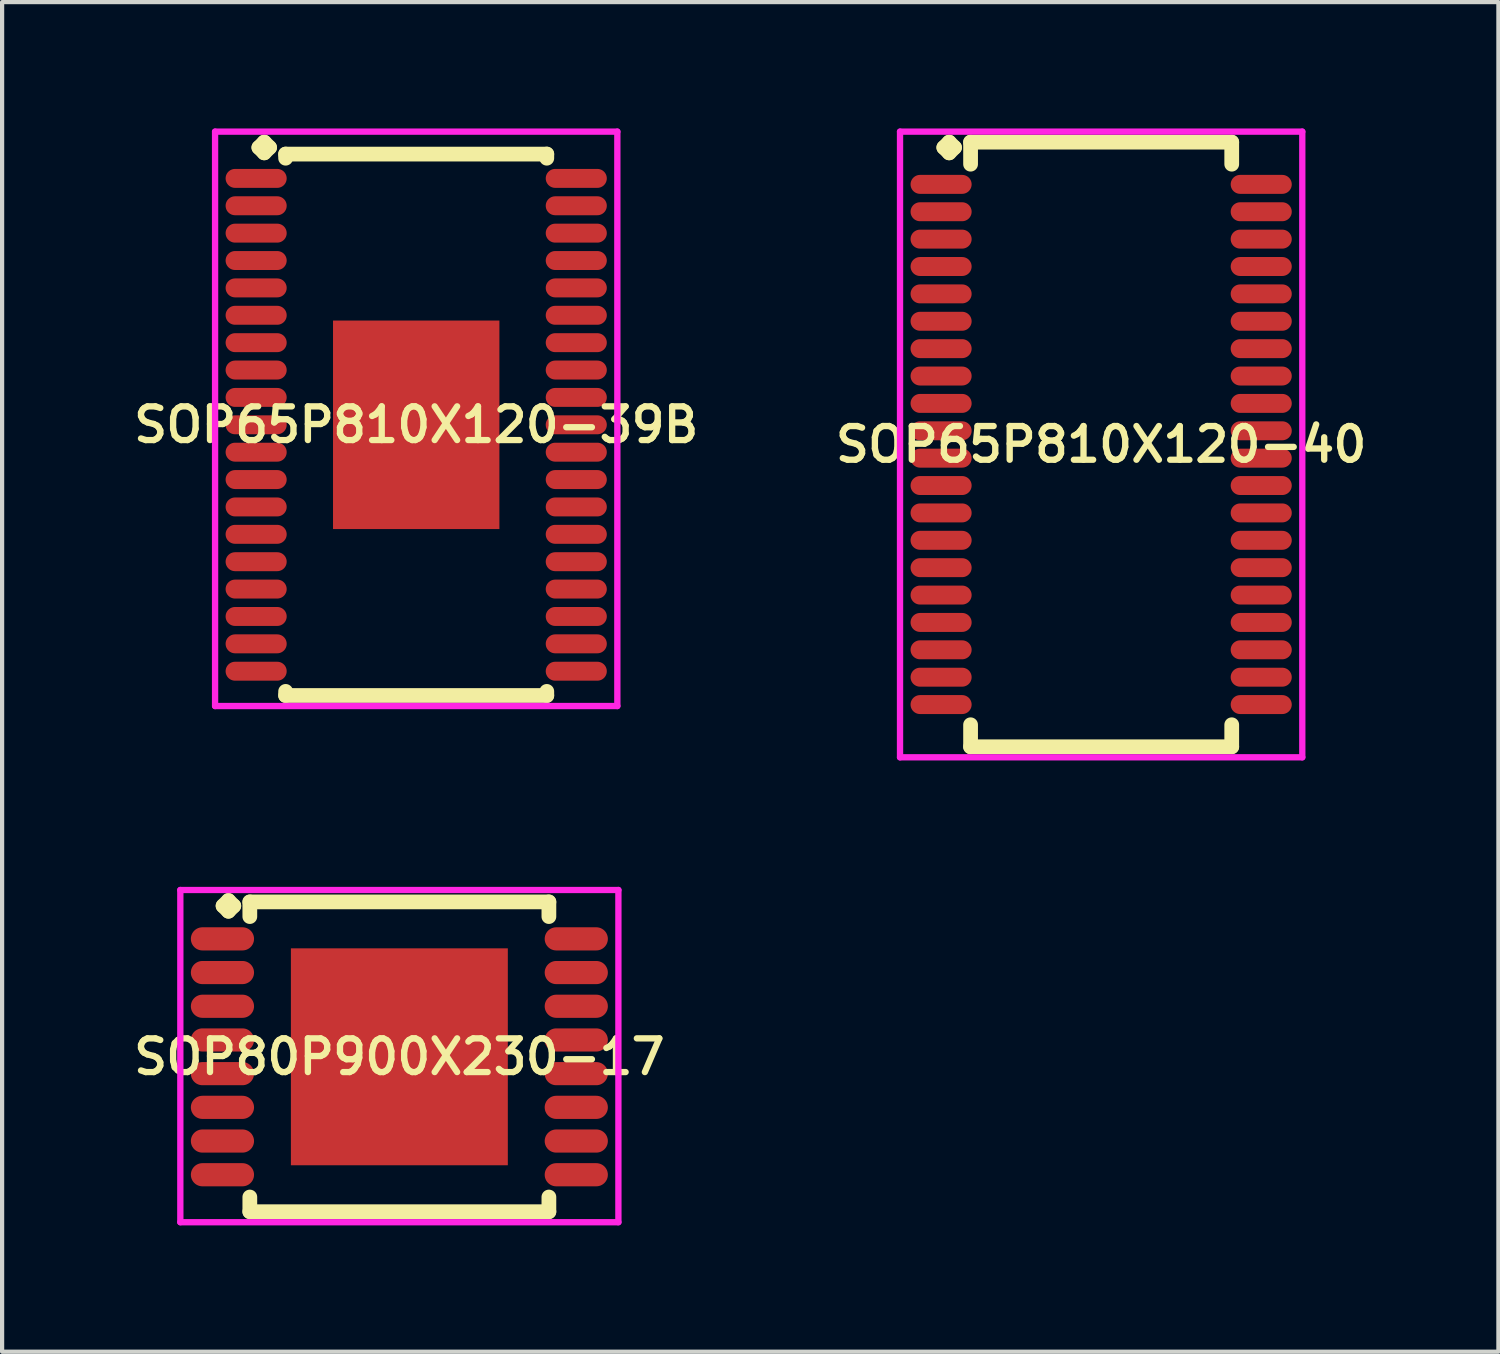
<source format=kicad_pcb>
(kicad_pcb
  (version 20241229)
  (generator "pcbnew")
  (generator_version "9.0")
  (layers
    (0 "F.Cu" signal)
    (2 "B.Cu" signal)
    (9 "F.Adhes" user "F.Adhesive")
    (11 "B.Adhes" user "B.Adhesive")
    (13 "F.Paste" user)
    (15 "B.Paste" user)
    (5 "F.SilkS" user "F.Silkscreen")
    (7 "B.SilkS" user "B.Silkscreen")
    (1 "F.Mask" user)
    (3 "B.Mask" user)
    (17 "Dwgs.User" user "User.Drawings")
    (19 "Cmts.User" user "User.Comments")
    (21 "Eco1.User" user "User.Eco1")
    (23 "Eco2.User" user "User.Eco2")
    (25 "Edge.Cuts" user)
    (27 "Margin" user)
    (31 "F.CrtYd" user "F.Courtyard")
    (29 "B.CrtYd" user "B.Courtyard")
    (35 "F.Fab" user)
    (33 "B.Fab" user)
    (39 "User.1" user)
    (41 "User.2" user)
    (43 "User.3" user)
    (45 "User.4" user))
  (footprint "SOP80P900X230-17"
    (layer "F.Cu")
    (at 6.431 22.039)
    (property "Reference" "SOP80P900X230-17" (at 0 0 0) (layer "F.SilkS") (effects (font (size 0.8 0.8) (thickness 0.15))))
    (attr smd)
    (fp_line (start -4.185 -3.583) (end -4.058 -3.71) (stroke (width 0.35) (type solid)) (layer "F.SilkS"))
    (fp_line (start -4.058 -3.71) (end -3.931 -3.583) (stroke (width 0.35) (type solid)) (layer "F.SilkS"))
    (fp_line (start -4.058 -3.456) (end -4.185 -3.583) (stroke (width 0.35) (type solid)) (layer "F.SilkS"))
    (fp_line (start -3.931 -3.583) (end -4.058 -3.456) (stroke (width 0.35) (type solid)) (layer "F.SilkS"))
    (fp_line (start -3.55 -3.677) (end 3.55 -3.677) (stroke (width 0.35) (type solid)) (layer "F.SilkS"))
    (fp_line (start -3.55 -3.329) (end -3.55 -3.677) (stroke (width 0.35) (type solid)) (layer "F.SilkS"))
    (fp_line (start -3.55 3.329) (end -3.55 3.677) (stroke (width 0.35) (type solid)) (layer "F.SilkS"))
    (fp_line (start -3.55 3.677) (end 3.55 3.677) (stroke (width 0.35) (type solid)) (layer "F.SilkS"))
    (fp_line (start 3.55 -3.677) (end 3.55 -3.329) (stroke (width 0.35) (type solid)) (layer "F.SilkS"))
    (fp_line (start 3.55 3.677) (end 3.55 3.329) (stroke (width 0.35) (type solid)) (layer "F.SilkS"))
    (fp_line (start -5.2 -3.96) (end 5.2 -3.96) (stroke (width 0.15) (type solid)) (layer "F.CrtYd"))
    (fp_line (start -5.2 3.927) (end -5.2 -3.96) (stroke (width 0.15) (type solid)) (layer "F.CrtYd"))
    (fp_line (start 5.2 -3.96) (end 5.2 3.927) (stroke (width 0.15) (type solid)) (layer "F.CrtYd"))
    (fp_line (start 5.2 3.927) (end -5.2 3.927) (stroke (width 0.15) (type solid)) (layer "F.CrtYd"))
    (pad "1" smd oval (at -4.2 -2.8) (size 1.5 0.55) (layers "F.Cu" "F.Mask" "F.Paste"))
    (pad "2" smd oval (at -4.2 -2) (size 1.5 0.55) (layers "F.Cu" "F.Mask" "F.Paste"))
    (pad "3" smd oval (at -4.2 -1.2) (size 1.5 0.55) (layers "F.Cu" "F.Mask" "F.Paste"))
    (pad "4" smd oval (at -4.2 -0.4) (size 1.5 0.55) (layers "F.Cu" "F.Mask" "F.Paste"))
    (pad "5" smd oval (at -4.2 0.4) (size 1.5 0.55) (layers "F.Cu" "F.Mask" "F.Paste"))
    (pad "6" smd oval (at -4.2 1.2) (size 1.5 0.55) (layers "F.Cu" "F.Mask" "F.Paste"))
    (pad "7" smd oval (at -4.2 2) (size 1.5 0.55) (layers "F.Cu" "F.Mask" "F.Paste"))
    (pad "8" smd oval (at -4.2 2.8) (size 1.5 0.55) (layers "F.Cu" "F.Mask" "F.Paste"))
    (pad "9" smd oval (at 4.2 2.8) (size 1.5 0.55) (layers "F.Cu" "F.Mask" "F.Paste"))
    (pad "10" smd oval (at 4.2 2) (size 1.5 0.55) (layers "F.Cu" "F.Mask" "F.Paste"))
    (pad "11" smd oval (at 4.2 1.2) (size 1.5 0.55) (layers "F.Cu" "F.Mask" "F.Paste"))
    (pad "12" smd oval (at 4.2 0.4) (size 1.5 0.55) (layers "F.Cu" "F.Mask" "F.Paste"))
    (pad "13" smd oval (at 4.2 -0.4) (size 1.5 0.55) (layers "F.Cu" "F.Mask" "F.Paste"))
    (pad "14" smd oval (at 4.2 -1.2) (size 1.5 0.55) (layers "F.Cu" "F.Mask" "F.Paste"))
    (pad "15" smd oval (at 4.2 -2) (size 1.5 0.55) (layers "F.Cu" "F.Mask" "F.Paste"))
    (pad "16" smd oval (at 4.2 -2.8) (size 1.5 0.55) (layers "F.Cu" "F.Mask" "F.Paste"))
    (pad "17" smd rect (at 0 0) (size 5.15 5.15) (layers "F.Cu" "F.Mask" "F.Paste")))
  (footprint "SOP65P810X120-39B"
    (layer "F.Cu")
    (at 6.831 7.035)
    (property "Reference" "SOP65P810X120-39B" (at 0 0 0) (layer "F.SilkS") (effects (font (size 0.8 0.8) (thickness 0.15))))
    (attr smd)
    (fp_line (start -3.735 -6.583) (end -3.608 -6.71) (stroke (width 0.35) (type solid)) (layer "F.SilkS"))
    (fp_line (start -3.608 -6.71) (end -3.481 -6.583) (stroke (width 0.35) (type solid)) (layer "F.SilkS"))
    (fp_line (start -3.608 -6.456) (end -3.735 -6.583) (stroke (width 0.35) (type solid)) (layer "F.SilkS"))
    (fp_line (start -3.481 -6.583) (end -3.608 -6.456) (stroke (width 0.35) (type solid)) (layer "F.SilkS"))
    (fp_line (start -3.1 -6.427) (end 3.1 -6.427) (stroke (width 0.35) (type solid)) (layer "F.SilkS"))
    (fp_line (start -3.1 -6.329) (end -3.1 -6.427) (stroke (width 0.35) (type solid)) (layer "F.SilkS"))
    (fp_line (start -3.1 6.329) (end -3.1 6.427) (stroke (width 0.35) (type solid)) (layer "F.SilkS"))
    (fp_line (start -3.1 6.427) (end 3.1 6.427) (stroke (width 0.35) (type solid)) (layer "F.SilkS"))
    (fp_line (start 3.1 -6.427) (end 3.1 -6.329) (stroke (width 0.35) (type solid)) (layer "F.SilkS"))
    (fp_line (start 3.1 6.427) (end 3.1 6.329) (stroke (width 0.35) (type solid)) (layer "F.SilkS"))
    (fp_line (start -4.775 -6.96) (end 4.775 -6.96) (stroke (width 0.15) (type solid)) (layer "F.CrtYd"))
    (fp_line (start -4.775 6.677) (end -4.775 -6.96) (stroke (width 0.15) (type solid)) (layer "F.CrtYd"))
    (fp_line (start 4.775 -6.96) (end 4.775 6.677) (stroke (width 0.15) (type solid)) (layer "F.CrtYd"))
    (fp_line (start 4.775 6.677) (end -4.775 6.677) (stroke (width 0.15) (type solid)) (layer "F.CrtYd"))
    (pad "1" smd oval (at -3.8 -5.85) (size 1.45 0.45) (layers "F.Cu" "F.Mask" "F.Paste"))
    (pad "2" smd oval (at -3.8 -5.2) (size 1.45 0.45) (layers "F.Cu" "F.Mask" "F.Paste"))
    (pad "3" smd oval (at -3.8 -4.55) (size 1.45 0.45) (layers "F.Cu" "F.Mask" "F.Paste"))
    (pad "4" smd oval (at -3.8 -3.9) (size 1.45 0.45) (layers "F.Cu" "F.Mask" "F.Paste"))
    (pad "5" smd oval (at -3.8 -3.25) (size 1.45 0.45) (layers "F.Cu" "F.Mask" "F.Paste"))
    (pad "6" smd oval (at -3.8 -2.6) (size 1.45 0.45) (layers "F.Cu" "F.Mask" "F.Paste"))
    (pad "7" smd oval (at -3.8 -1.95) (size 1.45 0.45) (layers "F.Cu" "F.Mask" "F.Paste"))
    (pad "8" smd oval (at -3.8 -1.3) (size 1.45 0.45) (layers "F.Cu" "F.Mask" "F.Paste"))
    (pad "9" smd oval (at -3.8 -0.65) (size 1.45 0.45) (layers "F.Cu" "F.Mask" "F.Paste"))
    (pad "10" smd oval (at -3.8 0) (size 1.45 0.45) (layers "F.Cu" "F.Mask" "F.Paste"))
    (pad "11" smd oval (at -3.8 0.65) (size 1.45 0.45) (layers "F.Cu" "F.Mask" "F.Paste"))
    (pad "12" smd oval (at -3.8 1.3) (size 1.45 0.45) (layers "F.Cu" "F.Mask" "F.Paste"))
    (pad "13" smd oval (at -3.8 1.95) (size 1.45 0.45) (layers "F.Cu" "F.Mask" "F.Paste"))
    (pad "14" smd oval (at -3.8 2.6) (size 1.45 0.45) (layers "F.Cu" "F.Mask" "F.Paste"))
    (pad "15" smd oval (at -3.8 3.25) (size 1.45 0.45) (layers "F.Cu" "F.Mask" "F.Paste"))
    (pad "16" smd oval (at -3.8 3.9) (size 1.45 0.45) (layers "F.Cu" "F.Mask" "F.Paste"))
    (pad "17" smd oval (at -3.8 4.55) (size 1.45 0.45) (layers "F.Cu" "F.Mask" "F.Paste"))
    (pad "18" smd oval (at -3.8 5.2) (size 1.45 0.45) (layers "F.Cu" "F.Mask" "F.Paste"))
    (pad "19" smd oval (at -3.8 5.85) (size 1.45 0.45) (layers "F.Cu" "F.Mask" "F.Paste"))
    (pad "20" smd oval (at 3.8 5.85) (size 1.45 0.45) (layers "F.Cu" "F.Mask" "F.Paste"))
    (pad "21" smd oval (at 3.8 5.2) (size 1.45 0.45) (layers "F.Cu" "F.Mask" "F.Paste"))
    (pad "22" smd oval (at 3.8 4.55) (size 1.45 0.45) (layers "F.Cu" "F.Mask" "F.Paste"))
    (pad "23" smd oval (at 3.8 3.9) (size 1.45 0.45) (layers "F.Cu" "F.Mask" "F.Paste"))
    (pad "24" smd oval (at 3.8 3.25) (size 1.45 0.45) (layers "F.Cu" "F.Mask" "F.Paste"))
    (pad "25" smd oval (at 3.8 2.6) (size 1.45 0.45) (layers "F.Cu" "F.Mask" "F.Paste"))
    (pad "26" smd oval (at 3.8 1.95) (size 1.45 0.45) (layers "F.Cu" "F.Mask" "F.Paste"))
    (pad "27" smd oval (at 3.8 1.3) (size 1.45 0.45) (layers "F.Cu" "F.Mask" "F.Paste"))
    (pad "28" smd oval (at 3.8 0.65) (size 1.45 0.45) (layers "F.Cu" "F.Mask" "F.Paste"))
    (pad "29" smd oval (at 3.8 0) (size 1.45 0.45) (layers "F.Cu" "F.Mask" "F.Paste"))
    (pad "30" smd oval (at 3.8 -0.65) (size 1.45 0.45) (layers "F.Cu" "F.Mask" "F.Paste"))
    (pad "31" smd oval (at 3.8 -1.3) (size 1.45 0.45) (layers "F.Cu" "F.Mask" "F.Paste"))
    (pad "32" smd oval (at 3.8 -1.95) (size 1.45 0.45) (layers "F.Cu" "F.Mask" "F.Paste"))
    (pad "33" smd oval (at 3.8 -2.6) (size 1.45 0.45) (layers "F.Cu" "F.Mask" "F.Paste"))
    (pad "34" smd oval (at 3.8 -3.25) (size 1.45 0.45) (layers "F.Cu" "F.Mask" "F.Paste"))
    (pad "35" smd oval (at 3.8 -3.9) (size 1.45 0.45) (layers "F.Cu" "F.Mask" "F.Paste"))
    (pad "36" smd oval (at 3.8 -4.55) (size 1.45 0.45) (layers "F.Cu" "F.Mask" "F.Paste"))
    (pad "37" smd oval (at 3.8 -5.2) (size 1.45 0.45) (layers "F.Cu" "F.Mask" "F.Paste"))
    (pad "38" smd oval (at 3.8 -5.85) (size 1.45 0.45) (layers "F.Cu" "F.Mask" "F.Paste"))
    (pad "39" smd rect (at 0 0) (size 3.95 4.95) (layers "F.Cu" "F.Mask" "F.Paste")))
  (footprint "SOP65P810X120-40"
    (layer "F.Cu")
    (at 23.092 7.502)
    (property "Reference" "SOP65P810X120-40" (at 0 0 0) (layer "F.SilkS") (effects (font (size 0.8 0.8) (thickness 0.15))))
    (attr smd)
    (fp_line (start -3.735 -7.05) (end -3.608 -7.177) (stroke (width 0.35) (type solid)) (layer "F.SilkS"))
    (fp_line (start -3.608 -7.177) (end -3.481 -7.05) (stroke (width 0.35) (type solid)) (layer "F.SilkS"))
    (fp_line (start -3.608 -6.923) (end -3.735 -7.05) (stroke (width 0.35) (type solid)) (layer "F.SilkS"))
    (fp_line (start -3.481 -7.05) (end -3.608 -6.923) (stroke (width 0.35) (type solid)) (layer "F.SilkS"))
    (fp_line (start -3.1 -7.177) (end 3.1 -7.177) (stroke (width 0.35) (type solid)) (layer "F.SilkS"))
    (fp_line (start -3.1 -6.654) (end -3.1 -7.177) (stroke (width 0.35) (type solid)) (layer "F.SilkS"))
    (fp_line (start -3.1 6.654) (end -3.1 7.177) (stroke (width 0.35) (type solid)) (layer "F.SilkS"))
    (fp_line (start -3.1 7.177) (end 3.1 7.177) (stroke (width 0.35) (type solid)) (layer "F.SilkS"))
    (fp_line (start 3.1 -7.177) (end 3.1 -6.654) (stroke (width 0.35) (type solid)) (layer "F.SilkS"))
    (fp_line (start 3.1 7.177) (end 3.1 6.654) (stroke (width 0.35) (type solid)) (layer "F.SilkS"))
    (fp_line (start -4.775 -7.427) (end 4.775 -7.427) (stroke (width 0.15) (type solid)) (layer "F.CrtYd"))
    (fp_line (start -4.775 7.427) (end -4.775 -7.427) (stroke (width 0.15) (type solid)) (layer "F.CrtYd"))
    (fp_line (start 4.775 -7.427) (end 4.775 7.427) (stroke (width 0.15) (type solid)) (layer "F.CrtYd"))
    (fp_line (start 4.775 7.427) (end -4.775 7.427) (stroke (width 0.15) (type solid)) (layer "F.CrtYd"))
    (pad "1" smd oval (at -3.8 -6.175) (size 1.45 0.45) (layers "F.Cu" "F.Mask" "F.Paste"))
    (pad "2" smd oval (at -3.8 -5.525) (size 1.45 0.45) (layers "F.Cu" "F.Mask" "F.Paste"))
    (pad "3" smd oval (at -3.8 -4.875) (size 1.45 0.45) (layers "F.Cu" "F.Mask" "F.Paste"))
    (pad "4" smd oval (at -3.8 -4.225) (size 1.45 0.45) (layers "F.Cu" "F.Mask" "F.Paste"))
    (pad "5" smd oval (at -3.8 -3.575) (size 1.45 0.45) (layers "F.Cu" "F.Mask" "F.Paste"))
    (pad "6" smd oval (at -3.8 -2.925) (size 1.45 0.45) (layers "F.Cu" "F.Mask" "F.Paste"))
    (pad "7" smd oval (at -3.8 -2.275) (size 1.45 0.45) (layers "F.Cu" "F.Mask" "F.Paste"))
    (pad "8" smd oval (at -3.8 -1.625) (size 1.45 0.45) (layers "F.Cu" "F.Mask" "F.Paste"))
    (pad "9" smd oval (at -3.8 -0.975) (size 1.45 0.45) (layers "F.Cu" "F.Mask" "F.Paste"))
    (pad "10" smd oval (at -3.8 -0.325) (size 1.45 0.45) (layers "F.Cu" "F.Mask" "F.Paste"))
    (pad "11" smd oval (at -3.8 0.325) (size 1.45 0.45) (layers "F.Cu" "F.Mask" "F.Paste"))
    (pad "12" smd oval (at -3.8 0.975) (size 1.45 0.45) (layers "F.Cu" "F.Mask" "F.Paste"))
    (pad "13" smd oval (at -3.8 1.625) (size 1.45 0.45) (layers "F.Cu" "F.Mask" "F.Paste"))
    (pad "14" smd oval (at -3.8 2.275) (size 1.45 0.45) (layers "F.Cu" "F.Mask" "F.Paste"))
    (pad "15" smd oval (at -3.8 2.925) (size 1.45 0.45) (layers "F.Cu" "F.Mask" "F.Paste"))
    (pad "16" smd oval (at -3.8 3.575) (size 1.45 0.45) (layers "F.Cu" "F.Mask" "F.Paste"))
    (pad "17" smd oval (at -3.8 4.225) (size 1.45 0.45) (layers "F.Cu" "F.Mask" "F.Paste"))
    (pad "18" smd oval (at -3.8 4.875) (size 1.45 0.45) (layers "F.Cu" "F.Mask" "F.Paste"))
    (pad "19" smd oval (at -3.8 5.525) (size 1.45 0.45) (layers "F.Cu" "F.Mask" "F.Paste"))
    (pad "20" smd oval (at -3.8 6.175) (size 1.45 0.45) (layers "F.Cu" "F.Mask" "F.Paste"))
    (pad "21" smd oval (at 3.8 6.175) (size 1.45 0.45) (layers "F.Cu" "F.Mask" "F.Paste"))
    (pad "22" smd oval (at 3.8 5.525) (size 1.45 0.45) (layers "F.Cu" "F.Mask" "F.Paste"))
    (pad "23" smd oval (at 3.8 4.875) (size 1.45 0.45) (layers "F.Cu" "F.Mask" "F.Paste"))
    (pad "24" smd oval (at 3.8 4.225) (size 1.45 0.45) (layers "F.Cu" "F.Mask" "F.Paste"))
    (pad "25" smd oval (at 3.8 3.575) (size 1.45 0.45) (layers "F.Cu" "F.Mask" "F.Paste"))
    (pad "26" smd oval (at 3.8 2.925) (size 1.45 0.45) (layers "F.Cu" "F.Mask" "F.Paste"))
    (pad "27" smd oval (at 3.8 2.275) (size 1.45 0.45) (layers "F.Cu" "F.Mask" "F.Paste"))
    (pad "28" smd oval (at 3.8 1.625) (size 1.45 0.45) (layers "F.Cu" "F.Mask" "F.Paste"))
    (pad "29" smd oval (at 3.8 0.975) (size 1.45 0.45) (layers "F.Cu" "F.Mask" "F.Paste"))
    (pad "30" smd oval (at 3.8 0.325) (size 1.45 0.45) (layers "F.Cu" "F.Mask" "F.Paste"))
    (pad "31" smd oval (at 3.8 -0.325) (size 1.45 0.45) (layers "F.Cu" "F.Mask" "F.Paste"))
    (pad "32" smd oval (at 3.8 -0.975) (size 1.45 0.45) (layers "F.Cu" "F.Mask" "F.Paste"))
    (pad "33" smd oval (at 3.8 -1.625) (size 1.45 0.45) (layers "F.Cu" "F.Mask" "F.Paste"))
    (pad "34" smd oval (at 3.8 -2.275) (size 1.45 0.45) (layers "F.Cu" "F.Mask" "F.Paste"))
    (pad "35" smd oval (at 3.8 -2.925) (size 1.45 0.45) (layers "F.Cu" "F.Mask" "F.Paste"))
    (pad "36" smd oval (at 3.8 -3.575) (size 1.45 0.45) (layers "F.Cu" "F.Mask" "F.Paste"))
    (pad "37" smd oval (at 3.8 -4.225) (size 1.45 0.45) (layers "F.Cu" "F.Mask" "F.Paste"))
    (pad "38" smd oval (at 3.8 -4.875) (size 1.45 0.45) (layers "F.Cu" "F.Mask" "F.Paste"))
    (pad "39" smd oval (at 3.8 -5.525) (size 1.45 0.45) (layers "F.Cu" "F.Mask" "F.Paste"))
    (pad "40" smd oval (at 3.8 -6.175) (size 1.45 0.45) (layers "F.Cu" "F.Mask" "F.Paste")))
  (gr_rect
    (start -3 -3)
    (end 32.523 29.041)
    (stroke (width 0.1) (type default))
    (fill no)
    (layer "Edge.Cuts")))
</source>
